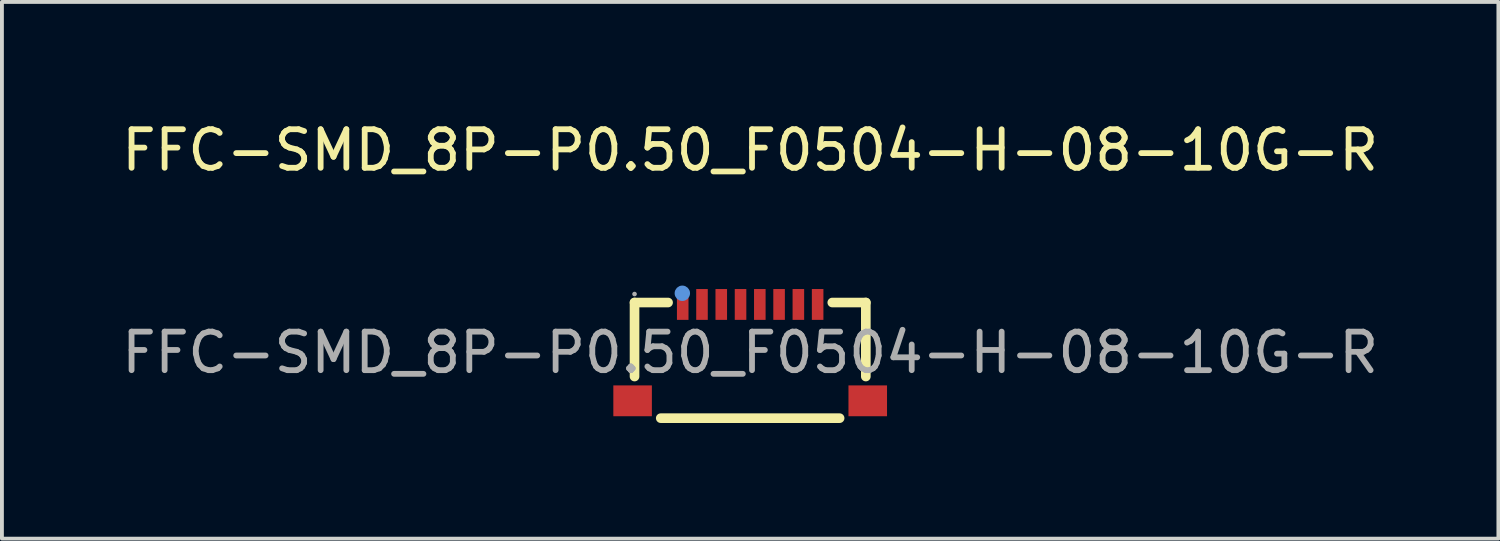
<source format=kicad_pcb>
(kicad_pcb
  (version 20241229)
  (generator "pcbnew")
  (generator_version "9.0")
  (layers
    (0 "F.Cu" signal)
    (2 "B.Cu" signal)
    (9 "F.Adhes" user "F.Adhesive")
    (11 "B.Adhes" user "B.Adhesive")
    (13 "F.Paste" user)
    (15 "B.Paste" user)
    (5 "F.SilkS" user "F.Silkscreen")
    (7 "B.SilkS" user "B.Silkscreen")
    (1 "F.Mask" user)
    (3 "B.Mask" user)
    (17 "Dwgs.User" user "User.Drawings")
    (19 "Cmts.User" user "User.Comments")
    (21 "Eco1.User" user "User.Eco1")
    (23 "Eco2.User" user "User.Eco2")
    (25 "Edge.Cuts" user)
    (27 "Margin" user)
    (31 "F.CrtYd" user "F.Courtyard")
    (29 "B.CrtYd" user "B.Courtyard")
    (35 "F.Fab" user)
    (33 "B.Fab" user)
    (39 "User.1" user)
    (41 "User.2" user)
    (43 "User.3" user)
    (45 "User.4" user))
  (footprint "FFC-SMD_8P-P0.50_F0504-H-08-10G-R"
    (layer "F.Cu")
    (at 16.411 6.098)
    (property "Reference" "FFC-SMD_8P-P0.50_F0504-H-08-10G-R" (at 0 -5.25 0) (layer "F.SilkS") (effects (font (size 1 1) (thickness 0.15))))
    (attr smd)
    (fp_line (start -3 -1.3) (end -3 0.62) (stroke (width 0.25) (type solid)) (layer "F.SilkS"))
    (fp_line (start -2.32 1.7) (end 2.32 1.7) (stroke (width 0.25) (type solid)) (layer "F.SilkS"))
    (fp_line (start -2.13 -1.3) (end -3 -1.3) (stroke (width 0.25) (type solid)) (layer "F.SilkS"))
    (fp_line (start 3 -1.3) (end 2.13 -1.3) (stroke (width 0.25) (type solid)) (layer "F.SilkS"))
    (fp_line (start 3 -1.3) (end 3 0.62) (stroke (width 0.25) (type solid)) (layer "F.SilkS"))
    (fp_circle (center -1.76 -1.54) (end -1.66 -1.54) (stroke (width 0.2) (type solid)) (fill no) (layer "Cmts.User"))
    (fp_circle (center -3 -1.52) (end -2.97 -1.52) (stroke (width 0.06) (type solid)) (fill no) (layer "F.Fab"))
    (fp_text user "${REFERENCE}" (at 0 0 0) (layer "F.Fab") (effects (font (size 1 1) (thickness 0.15))))
    (pad "1" smd rect (at -1.75 -1.25) (size 0.3 0.8) (layers "F.Cu" "F.Mask" "F.Paste"))
    (pad "2" smd rect (at -1.25 -1.25) (size 0.3 0.8) (layers "F.Cu" "F.Mask" "F.Paste"))
    (pad "3" smd rect (at -0.75 -1.25) (size 0.3 0.8) (layers "F.Cu" "F.Mask" "F.Paste"))
    (pad "4" smd rect (at -0.25 -1.25) (size 0.3 0.8) (layers "F.Cu" "F.Mask" "F.Paste"))
    (pad "5" smd rect (at 0.25 -1.25) (size 0.3 0.8) (layers "F.Cu" "F.Mask" "F.Paste"))
    (pad "6" smd rect (at 0.75 -1.25) (size 0.3 0.8) (layers "F.Cu" "F.Mask" "F.Paste"))
    (pad "7" smd rect (at 1.25 -1.25) (size 0.3 0.8) (layers "F.Cu" "F.Mask" "F.Paste"))
    (pad "8" smd rect (at 1.75 -1.25) (size 0.3 0.8) (layers "F.Cu" "F.Mask" "F.Paste"))
    (pad "9" smd rect (at 3.05 1.25) (size 1 0.8) (layers "F.Cu" "F.Mask" "F.Paste"))
    (pad "10" smd rect (at -3.05 1.25) (size 1 0.8) (layers "F.Cu" "F.Mask" "F.Paste")))
  (gr_rect
    (start -3 -3)
    (end 35.821 10.923)
    (stroke (width 0.1) (type default))
    (fill no)
    (layer "Edge.Cuts")))
</source>
